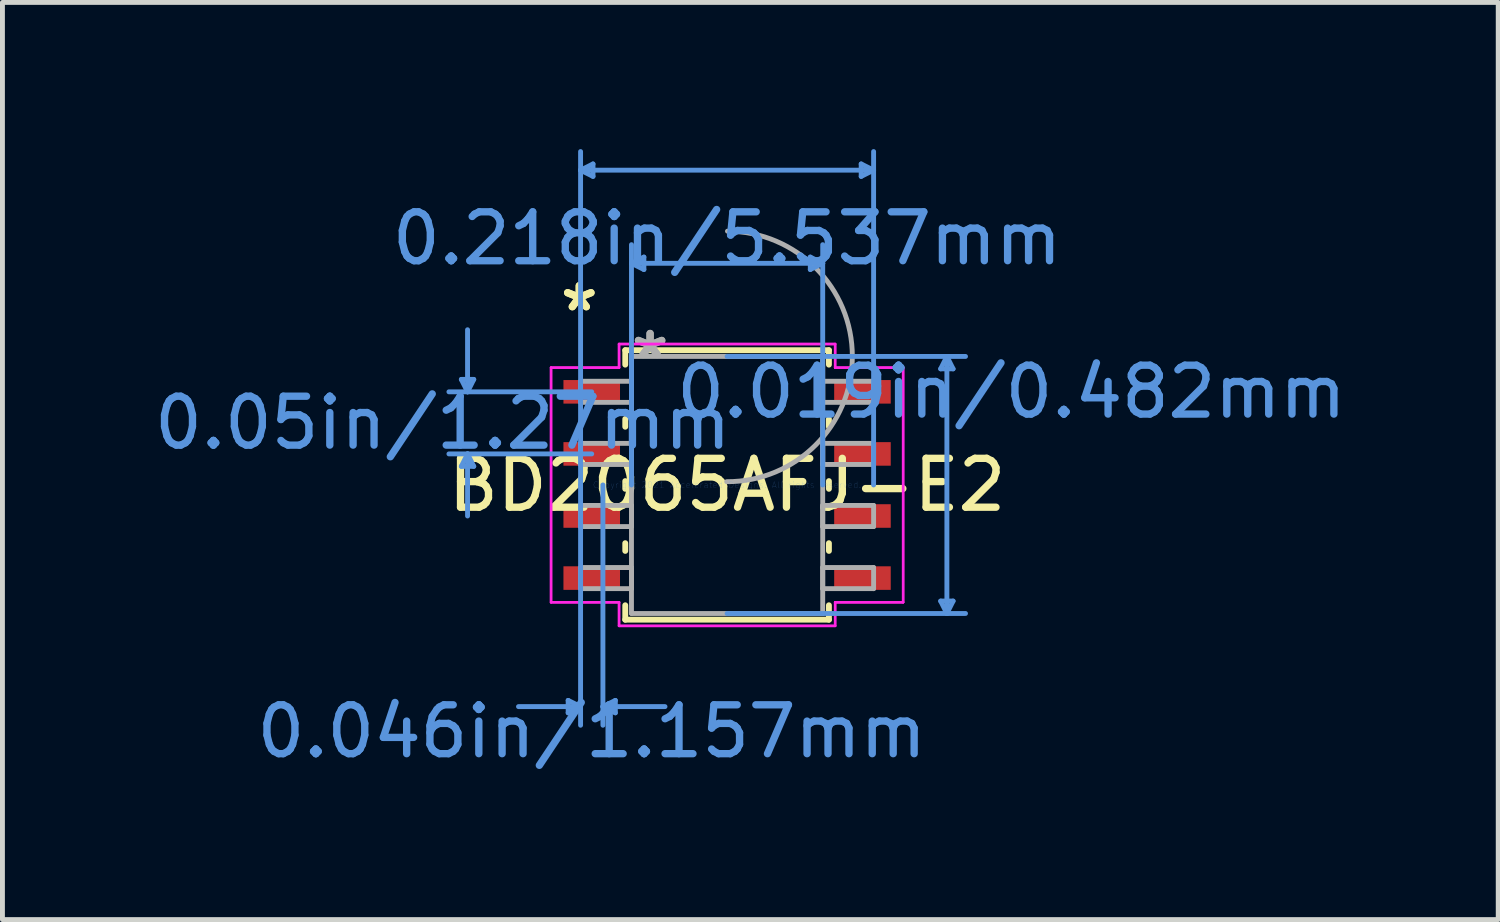
<source format=kicad_pcb>
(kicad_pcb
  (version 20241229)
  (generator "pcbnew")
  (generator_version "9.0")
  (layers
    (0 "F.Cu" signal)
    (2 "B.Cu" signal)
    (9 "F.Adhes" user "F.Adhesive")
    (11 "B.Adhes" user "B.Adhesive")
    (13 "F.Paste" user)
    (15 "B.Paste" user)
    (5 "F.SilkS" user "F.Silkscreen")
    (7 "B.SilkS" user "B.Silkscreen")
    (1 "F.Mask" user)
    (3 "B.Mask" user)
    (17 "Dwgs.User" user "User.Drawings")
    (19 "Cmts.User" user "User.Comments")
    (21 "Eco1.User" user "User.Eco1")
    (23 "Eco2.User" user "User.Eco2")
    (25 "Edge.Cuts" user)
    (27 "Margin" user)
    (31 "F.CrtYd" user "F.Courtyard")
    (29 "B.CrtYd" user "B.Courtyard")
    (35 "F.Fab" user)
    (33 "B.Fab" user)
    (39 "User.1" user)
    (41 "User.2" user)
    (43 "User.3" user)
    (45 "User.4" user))
  (footprint "BD2065AFJ-E2"
    (layer "F.Cu")
    (at 11.823 6.87)
    (property "Reference" "BD2065AFJ-E2" (at 0 0 0) (layer "F.SilkS") (effects (font (size 1 1) (thickness 0.15))))
    (attr through_hole)
    (fp_line (start -2.083 -2.756) (end -2.083 -2.461) (stroke (width 0.12) (type solid)) (layer "F.SilkS"))
    (fp_line (start -2.083 -1.349) (end -2.083 -1.191) (stroke (width 0.12) (type solid)) (layer "F.SilkS"))
    (fp_line (start -2.083 -0.079) (end -2.083 0.079) (stroke (width 0.12) (type solid)) (layer "F.SilkS"))
    (fp_line (start -2.083 1.191) (end -2.083 1.349) (stroke (width 0.12) (type solid)) (layer "F.SilkS"))
    (fp_line (start -2.083 2.461) (end -2.083 2.756) (stroke (width 0.12) (type solid)) (layer "F.SilkS"))
    (fp_line (start -2.083 2.756) (end 2.083 2.756) (stroke (width 0.12) (type solid)) (layer "F.SilkS"))
    (fp_line (start 2.083 -2.756) (end -2.083 -2.756) (stroke (width 0.12) (type solid)) (layer "F.SilkS"))
    (fp_line (start 2.083 -2.461) (end 2.083 -2.756) (stroke (width 0.12) (type solid)) (layer "F.SilkS"))
    (fp_line (start 2.083 -1.191) (end 2.083 -1.349) (stroke (width 0.12) (type solid)) (layer "F.SilkS"))
    (fp_line (start 2.083 0.079) (end 2.083 -0.079) (stroke (width 0.12) (type solid)) (layer "F.SilkS"))
    (fp_line (start 2.083 1.349) (end 2.083 1.191) (stroke (width 0.12) (type solid)) (layer "F.SilkS"))
    (fp_line (start 2.083 2.756) (end 2.083 2.461) (stroke (width 0.12) (type solid)) (layer "F.SilkS"))
    (fp_line (start -5.436 -2.159) (end -5.182 -2.159) (stroke (width 0.1) (type solid)) (layer "Cmts.User"))
    (fp_line (start -5.436 -0.381) (end -5.182 -0.381) (stroke (width 0.1) (type solid)) (layer "Cmts.User"))
    (fp_line (start -5.309 -1.905) (end -5.436 -2.159) (stroke (width 0.1) (type solid)) (layer "Cmts.User"))
    (fp_line (start -5.309 -1.905) (end -5.309 -3.175) (stroke (width 0.1) (type solid)) (layer "Cmts.User"))
    (fp_line (start -5.309 -1.905) (end -5.182 -2.159) (stroke (width 0.1) (type solid)) (layer "Cmts.User"))
    (fp_line (start -5.309 -0.635) (end -5.436 -0.381) (stroke (width 0.1) (type solid)) (layer "Cmts.User"))
    (fp_line (start -5.309 -0.635) (end -5.309 0.635) (stroke (width 0.1) (type solid)) (layer "Cmts.User"))
    (fp_line (start -5.309 -0.635) (end -5.182 -0.381) (stroke (width 0.1) (type solid)) (layer "Cmts.User"))
    (fp_line (start -3.251 4.407) (end -3.251 4.661) (stroke (width 0.1) (type solid)) (layer "Cmts.User"))
    (fp_line (start -2.997 -6.439) (end -2.743 -6.566) (stroke (width 0.1) (type solid)) (layer "Cmts.User"))
    (fp_line (start -2.997 -6.439) (end -2.743 -6.312) (stroke (width 0.1) (type solid)) (layer "Cmts.User"))
    (fp_line (start -2.997 -6.439) (end 2.997 -6.439) (stroke (width 0.1) (type solid)) (layer "Cmts.User"))
    (fp_line (start -2.997 0) (end -2.997 -6.82) (stroke (width 0.1) (type solid)) (layer "Cmts.User"))
    (fp_line (start -2.997 0) (end -2.997 4.915) (stroke (width 0.1) (type solid)) (layer "Cmts.User"))
    (fp_line (start -2.997 4.534) (end -4.267 4.534) (stroke (width 0.1) (type solid)) (layer "Cmts.User"))
    (fp_line (start -2.997 4.534) (end -3.251 4.407) (stroke (width 0.1) (type solid)) (layer "Cmts.User"))
    (fp_line (start -2.997 4.534) (end -3.251 4.661) (stroke (width 0.1) (type solid)) (layer "Cmts.User"))
    (fp_line (start -2.769 -1.905) (end -5.69 -1.905) (stroke (width 0.1) (type solid)) (layer "Cmts.User"))
    (fp_line (start -2.769 -0.635) (end -5.69 -0.635) (stroke (width 0.1) (type solid)) (layer "Cmts.User"))
    (fp_line (start -2.743 -6.566) (end -2.743 -6.312) (stroke (width 0.1) (type solid)) (layer "Cmts.User"))
    (fp_line (start -2.54 0) (end -2.54 4.915) (stroke (width 0.1) (type solid)) (layer "Cmts.User"))
    (fp_line (start -2.54 4.534) (end -2.286 4.407) (stroke (width 0.1) (type solid)) (layer "Cmts.User"))
    (fp_line (start -2.54 4.534) (end -2.286 4.661) (stroke (width 0.1) (type solid)) (layer "Cmts.User"))
    (fp_line (start -2.54 4.534) (end -1.27 4.534) (stroke (width 0.1) (type solid)) (layer "Cmts.User"))
    (fp_line (start -2.286 4.407) (end -2.286 4.661) (stroke (width 0.1) (type solid)) (layer "Cmts.User"))
    (fp_line (start -1.956 -4.534) (end -1.702 -4.661) (stroke (width 0.1) (type solid)) (layer "Cmts.User"))
    (fp_line (start -1.956 -4.534) (end -1.702 -4.407) (stroke (width 0.1) (type solid)) (layer "Cmts.User"))
    (fp_line (start -1.956 -4.534) (end 1.956 -4.534) (stroke (width 0.1) (type solid)) (layer "Cmts.User"))
    (fp_line (start -1.956 0) (end -1.956 -4.915) (stroke (width 0.1) (type solid)) (layer "Cmts.User"))
    (fp_line (start -1.702 -4.661) (end -1.702 -4.407) (stroke (width 0.1) (type solid)) (layer "Cmts.User"))
    (fp_line (start 0 -2.629) (end 4.877 -2.629) (stroke (width 0.1) (type solid)) (layer "Cmts.User"))
    (fp_line (start 0 2.629) (end 4.877 2.629) (stroke (width 0.1) (type solid)) (layer "Cmts.User"))
    (fp_line (start 1.702 -4.661) (end 1.702 -4.407) (stroke (width 0.1) (type solid)) (layer "Cmts.User"))
    (fp_line (start 1.956 -4.534) (end 1.702 -4.661) (stroke (width 0.1) (type solid)) (layer "Cmts.User"))
    (fp_line (start 1.956 -4.534) (end 1.702 -4.407) (stroke (width 0.1) (type solid)) (layer "Cmts.User"))
    (fp_line (start 1.956 0) (end 1.956 -4.915) (stroke (width 0.1) (type solid)) (layer "Cmts.User"))
    (fp_line (start 2.743 -6.566) (end 2.743 -6.312) (stroke (width 0.1) (type solid)) (layer "Cmts.User"))
    (fp_line (start 2.997 -6.439) (end 2.743 -6.566) (stroke (width 0.1) (type solid)) (layer "Cmts.User"))
    (fp_line (start 2.997 -6.439) (end 2.743 -6.312) (stroke (width 0.1) (type solid)) (layer "Cmts.User"))
    (fp_line (start 2.997 0) (end 2.997 -6.82) (stroke (width 0.1) (type solid)) (layer "Cmts.User"))
    (fp_line (start 4.369 -2.375) (end 4.623 -2.375) (stroke (width 0.1) (type solid)) (layer "Cmts.User"))
    (fp_line (start 4.369 2.375) (end 4.623 2.375) (stroke (width 0.1) (type solid)) (layer "Cmts.User"))
    (fp_line (start 4.496 -2.629) (end 4.369 -2.375) (stroke (width 0.1) (type solid)) (layer "Cmts.User"))
    (fp_line (start 4.496 -2.629) (end 4.496 2.629) (stroke (width 0.1) (type solid)) (layer "Cmts.User"))
    (fp_line (start 4.496 -2.629) (end 4.623 -2.375) (stroke (width 0.1) (type solid)) (layer "Cmts.User"))
    (fp_line (start 4.496 2.629) (end 4.369 2.375) (stroke (width 0.1) (type solid)) (layer "Cmts.User"))
    (fp_line (start 4.496 2.629) (end 4.623 2.375) (stroke (width 0.1) (type solid)) (layer "Cmts.User"))
    (fp_line (start -3.601 -2.4) (end -2.21 -2.4) (stroke (width 0.05) (type solid)) (layer "F.CrtYd"))
    (fp_line (start -3.601 -2.4) (end -2.21 -2.4) (stroke (width 0.05) (type solid)) (layer "F.CrtYd"))
    (fp_line (start -3.601 2.4) (end -3.601 -2.4) (stroke (width 0.05) (type solid)) (layer "F.CrtYd"))
    (fp_line (start -3.601 2.4) (end -3.601 -2.4) (stroke (width 0.05) (type solid)) (layer "F.CrtYd"))
    (fp_line (start -3.601 2.4) (end -2.21 2.4) (stroke (width 0.05) (type solid)) (layer "F.CrtYd"))
    (fp_line (start -2.21 -2.883) (end 2.21 -2.883) (stroke (width 0.05) (type solid)) (layer "F.CrtYd"))
    (fp_line (start -2.21 -2.883) (end 2.21 -2.883) (stroke (width 0.05) (type solid)) (layer "F.CrtYd"))
    (fp_line (start -2.21 -2.4) (end -2.21 -2.883) (stroke (width 0.05) (type solid)) (layer "F.CrtYd"))
    (fp_line (start -2.21 -2.4) (end -2.21 -2.883) (stroke (width 0.05) (type solid)) (layer "F.CrtYd"))
    (fp_line (start -2.21 2.4) (end -3.601 2.4) (stroke (width 0.05) (type solid)) (layer "F.CrtYd"))
    (fp_line (start -2.21 2.883) (end -2.21 2.4) (stroke (width 0.05) (type solid)) (layer "F.CrtYd"))
    (fp_line (start -2.21 2.883) (end -2.21 2.4) (stroke (width 0.05) (type solid)) (layer "F.CrtYd"))
    (fp_line (start 2.21 -2.883) (end 2.21 -2.4) (stroke (width 0.05) (type solid)) (layer "F.CrtYd"))
    (fp_line (start 2.21 -2.883) (end 2.21 -2.4) (stroke (width 0.05) (type solid)) (layer "F.CrtYd"))
    (fp_line (start 2.21 -2.4) (end 3.601 -2.4) (stroke (width 0.05) (type solid)) (layer "F.CrtYd"))
    (fp_line (start 2.21 2.4) (end 2.21 2.883) (stroke (width 0.05) (type solid)) (layer "F.CrtYd"))
    (fp_line (start 2.21 2.4) (end 2.21 2.883) (stroke (width 0.05) (type solid)) (layer "F.CrtYd"))
    (fp_line (start 2.21 2.883) (end -2.21 2.883) (stroke (width 0.05) (type solid)) (layer "F.CrtYd"))
    (fp_line (start 2.21 2.883) (end -2.21 2.883) (stroke (width 0.05) (type solid)) (layer "F.CrtYd"))
    (fp_line (start 3.601 -2.4) (end 2.21 -2.4) (stroke (width 0.05) (type solid)) (layer "F.CrtYd"))
    (fp_line (start 3.601 -2.4) (end 3.601 2.4) (stroke (width 0.05) (type solid)) (layer "F.CrtYd"))
    (fp_line (start 3.601 -2.4) (end 3.601 2.4) (stroke (width 0.05) (type solid)) (layer "F.CrtYd"))
    (fp_line (start 3.601 2.4) (end 2.21 2.4) (stroke (width 0.05) (type solid)) (layer "F.CrtYd"))
    (fp_line (start 3.601 2.4) (end 2.21 2.4) (stroke (width 0.05) (type solid)) (layer "F.CrtYd"))
    (fp_line (start -2.997 -2.121) (end -2.997 -1.689) (stroke (width 0.1) (type solid)) (layer "F.Fab"))
    (fp_line (start -2.997 -1.689) (end -1.956 -1.689) (stroke (width 0.1) (type solid)) (layer "F.Fab"))
    (fp_line (start -2.997 -0.851) (end -2.997 -0.419) (stroke (width 0.1) (type solid)) (layer "F.Fab"))
    (fp_line (start -2.997 -0.419) (end -1.956 -0.419) (stroke (width 0.1) (type solid)) (layer "F.Fab"))
    (fp_line (start -2.997 0.419) (end -2.997 0.851) (stroke (width 0.1) (type solid)) (layer "F.Fab"))
    (fp_line (start -2.997 0.851) (end -1.956 0.851) (stroke (width 0.1) (type solid)) (layer "F.Fab"))
    (fp_line (start -2.997 1.689) (end -2.997 2.121) (stroke (width 0.1) (type solid)) (layer "F.Fab"))
    (fp_line (start -2.997 2.121) (end -1.956 2.121) (stroke (width 0.1) (type solid)) (layer "F.Fab"))
    (fp_line (start -1.956 -2.629) (end -1.956 2.629) (stroke (width 0.1) (type solid)) (layer "F.Fab"))
    (fp_line (start -1.956 -2.121) (end -2.997 -2.121) (stroke (width 0.1) (type solid)) (layer "F.Fab"))
    (fp_line (start -1.956 -1.689) (end -1.956 -2.121) (stroke (width 0.1) (type solid)) (layer "F.Fab"))
    (fp_line (start -1.956 -0.851) (end -2.997 -0.851) (stroke (width 0.1) (type solid)) (layer "F.Fab"))
    (fp_line (start -1.956 -0.419) (end -1.956 -0.851) (stroke (width 0.1) (type solid)) (layer "F.Fab"))
    (fp_line (start -1.956 0.419) (end -2.997 0.419) (stroke (width 0.1) (type solid)) (layer "F.Fab"))
    (fp_line (start -1.956 0.851) (end -1.956 0.419) (stroke (width 0.1) (type solid)) (layer "F.Fab"))
    (fp_line (start -1.956 1.689) (end -2.997 1.689) (stroke (width 0.1) (type solid)) (layer "F.Fab"))
    (fp_line (start -1.956 2.121) (end -1.956 1.689) (stroke (width 0.1) (type solid)) (layer "F.Fab"))
    (fp_line (start -1.956 2.629) (end 1.956 2.629) (stroke (width 0.1) (type solid)) (layer "F.Fab"))
    (fp_line (start 1.956 -2.629) (end -1.956 -2.629) (stroke (width 0.1) (type solid)) (layer "F.Fab"))
    (fp_line (start 1.956 -2.121) (end 1.956 -1.689) (stroke (width 0.1) (type solid)) (layer "F.Fab"))
    (fp_line (start 1.956 -1.689) (end 2.997 -1.689) (stroke (width 0.1) (type solid)) (layer "F.Fab"))
    (fp_line (start 1.956 -0.851) (end 1.956 -0.419) (stroke (width 0.1) (type solid)) (layer "F.Fab"))
    (fp_line (start 1.956 -0.419) (end 2.997 -0.419) (stroke (width 0.1) (type solid)) (layer "F.Fab"))
    (fp_line (start 1.956 0.419) (end 1.956 0.851) (stroke (width 0.1) (type solid)) (layer "F.Fab"))
    (fp_line (start 1.956 0.851) (end 2.997 0.851) (stroke (width 0.1) (type solid)) (layer "F.Fab"))
    (fp_line (start 1.956 1.689) (end 1.956 2.121) (stroke (width 0.1) (type solid)) (layer "F.Fab"))
    (fp_line (start 1.956 2.121) (end 2.997 2.121) (stroke (width 0.1) (type solid)) (layer "F.Fab"))
    (fp_line (start 1.956 2.629) (end 1.956 -2.629) (stroke (width 0.1) (type solid)) (layer "F.Fab"))
    (fp_line (start 2.997 -2.121) (end 1.956 -2.121) (stroke (width 0.1) (type solid)) (layer "F.Fab"))
    (fp_line (start 2.997 -1.689) (end 2.997 -2.121) (stroke (width 0.1) (type solid)) (layer "F.Fab"))
    (fp_line (start 2.997 -0.851) (end 1.956 -0.851) (stroke (width 0.1) (type solid)) (layer "F.Fab"))
    (fp_line (start 2.997 -0.419) (end 2.997 -0.851) (stroke (width 0.1) (type solid)) (layer "F.Fab"))
    (fp_line (start 2.997 0.419) (end 1.956 0.419) (stroke (width 0.1) (type solid)) (layer "F.Fab"))
    (fp_line (start 2.997 0.851) (end 2.997 0.419) (stroke (width 0.1) (type solid)) (layer "F.Fab"))
    (fp_line (start 2.997 1.689) (end 1.956 1.689) (stroke (width 0.1) (type solid)) (layer "F.Fab"))
    (fp_line (start 2.997 2.121) (end 2.997 1.689) (stroke (width 0.1) (type solid)) (layer "F.Fab"))
    (fp_arc (start 0.007742 -5.191026) (mid 2.562126 -2.621158) (end -0.007742 -0.066774) (stroke (width 0.1) (type solid)) (layer "F.Fab"))
    (fp_text user "*" (at -3.023 -3.53 0) (layer "F.SilkS") (effects (font (size 1 1) (thickness 0.15))))
    (fp_text user "*" (at -3.023 -3.53 0) (layer "F.SilkS") (effects (font (size 1 1) (thickness 0.15))))
    (fp_text user "0.218in/5.537mm" (at 0 -5.042 0) (layer "Cmts.User") (effects (font (size 1 1) (thickness 0.15))))
    (fp_text user "0.05in/1.27mm" (at -5.817 -1.27 0) (layer "Cmts.User") (effects (font (size 1 1) (thickness 0.15))))
    (fp_text user "Copyright 2021 Accelerated Designs. All rights reserved." (at 0 0 0) (layer "Cmts.User") (effects (font (size 0.127 0.127) (thickness 0.002))))
    (fp_text user "0.046in/1.157mm" (at -2.769 5.042 0) (layer "Cmts.User") (effects (font (size 1 1) (thickness 0.15))))
    (fp_text user "0.019in/0.482mm" (at 5.817 -1.905 0) (layer "Cmts.User") (effects (font (size 1 1) (thickness 0.15))))
    (fp_text user "*" (at -1.575 -2.553 0) (layer "F.Fab") (effects (font (size 1 1) (thickness 0.15))))
    (fp_text user "*" (at -1.575 -2.553 0) (layer "F.Fab") (effects (font (size 1 1) (thickness 0.15))))
    (pad "1" smd rect (at -2.769 -1.905) (size 1.157 0.482) (layers "F.Cu" "F.Mask" "F.Paste"))
    (pad "2" smd rect (at -2.769 -0.635) (size 1.157 0.482) (layers "F.Cu" "F.Mask" "F.Paste"))
    (pad "3" smd rect (at -2.769 0.635) (size 1.157 0.482) (layers "F.Cu" "F.Mask" "F.Paste"))
    (pad "4" smd rect (at -2.769 1.905) (size 1.157 0.482) (layers "F.Cu" "F.Mask" "F.Paste"))
    (pad "5" smd rect (at 2.769 1.905) (size 1.157 0.482) (layers "F.Cu" "F.Mask" "F.Paste"))
    (pad "6" smd rect (at 2.769 0.635) (size 1.157 0.482) (layers "F.Cu" "F.Mask" "F.Paste"))
    (pad "7" smd rect (at 2.769 -0.635) (size 1.157 0.482) (layers "F.Cu" "F.Mask" "F.Paste"))
    (pad "8" smd rect (at 2.769 -1.905) (size 1.157 0.482) (layers "F.Cu" "F.Mask" "F.Paste")))
  (gr_rect
    (start -3 -3)
    (end 27.597 15.76)
    (stroke (width 0.1) (type default))
    (fill no)
    (layer "Edge.Cuts")))
</source>
